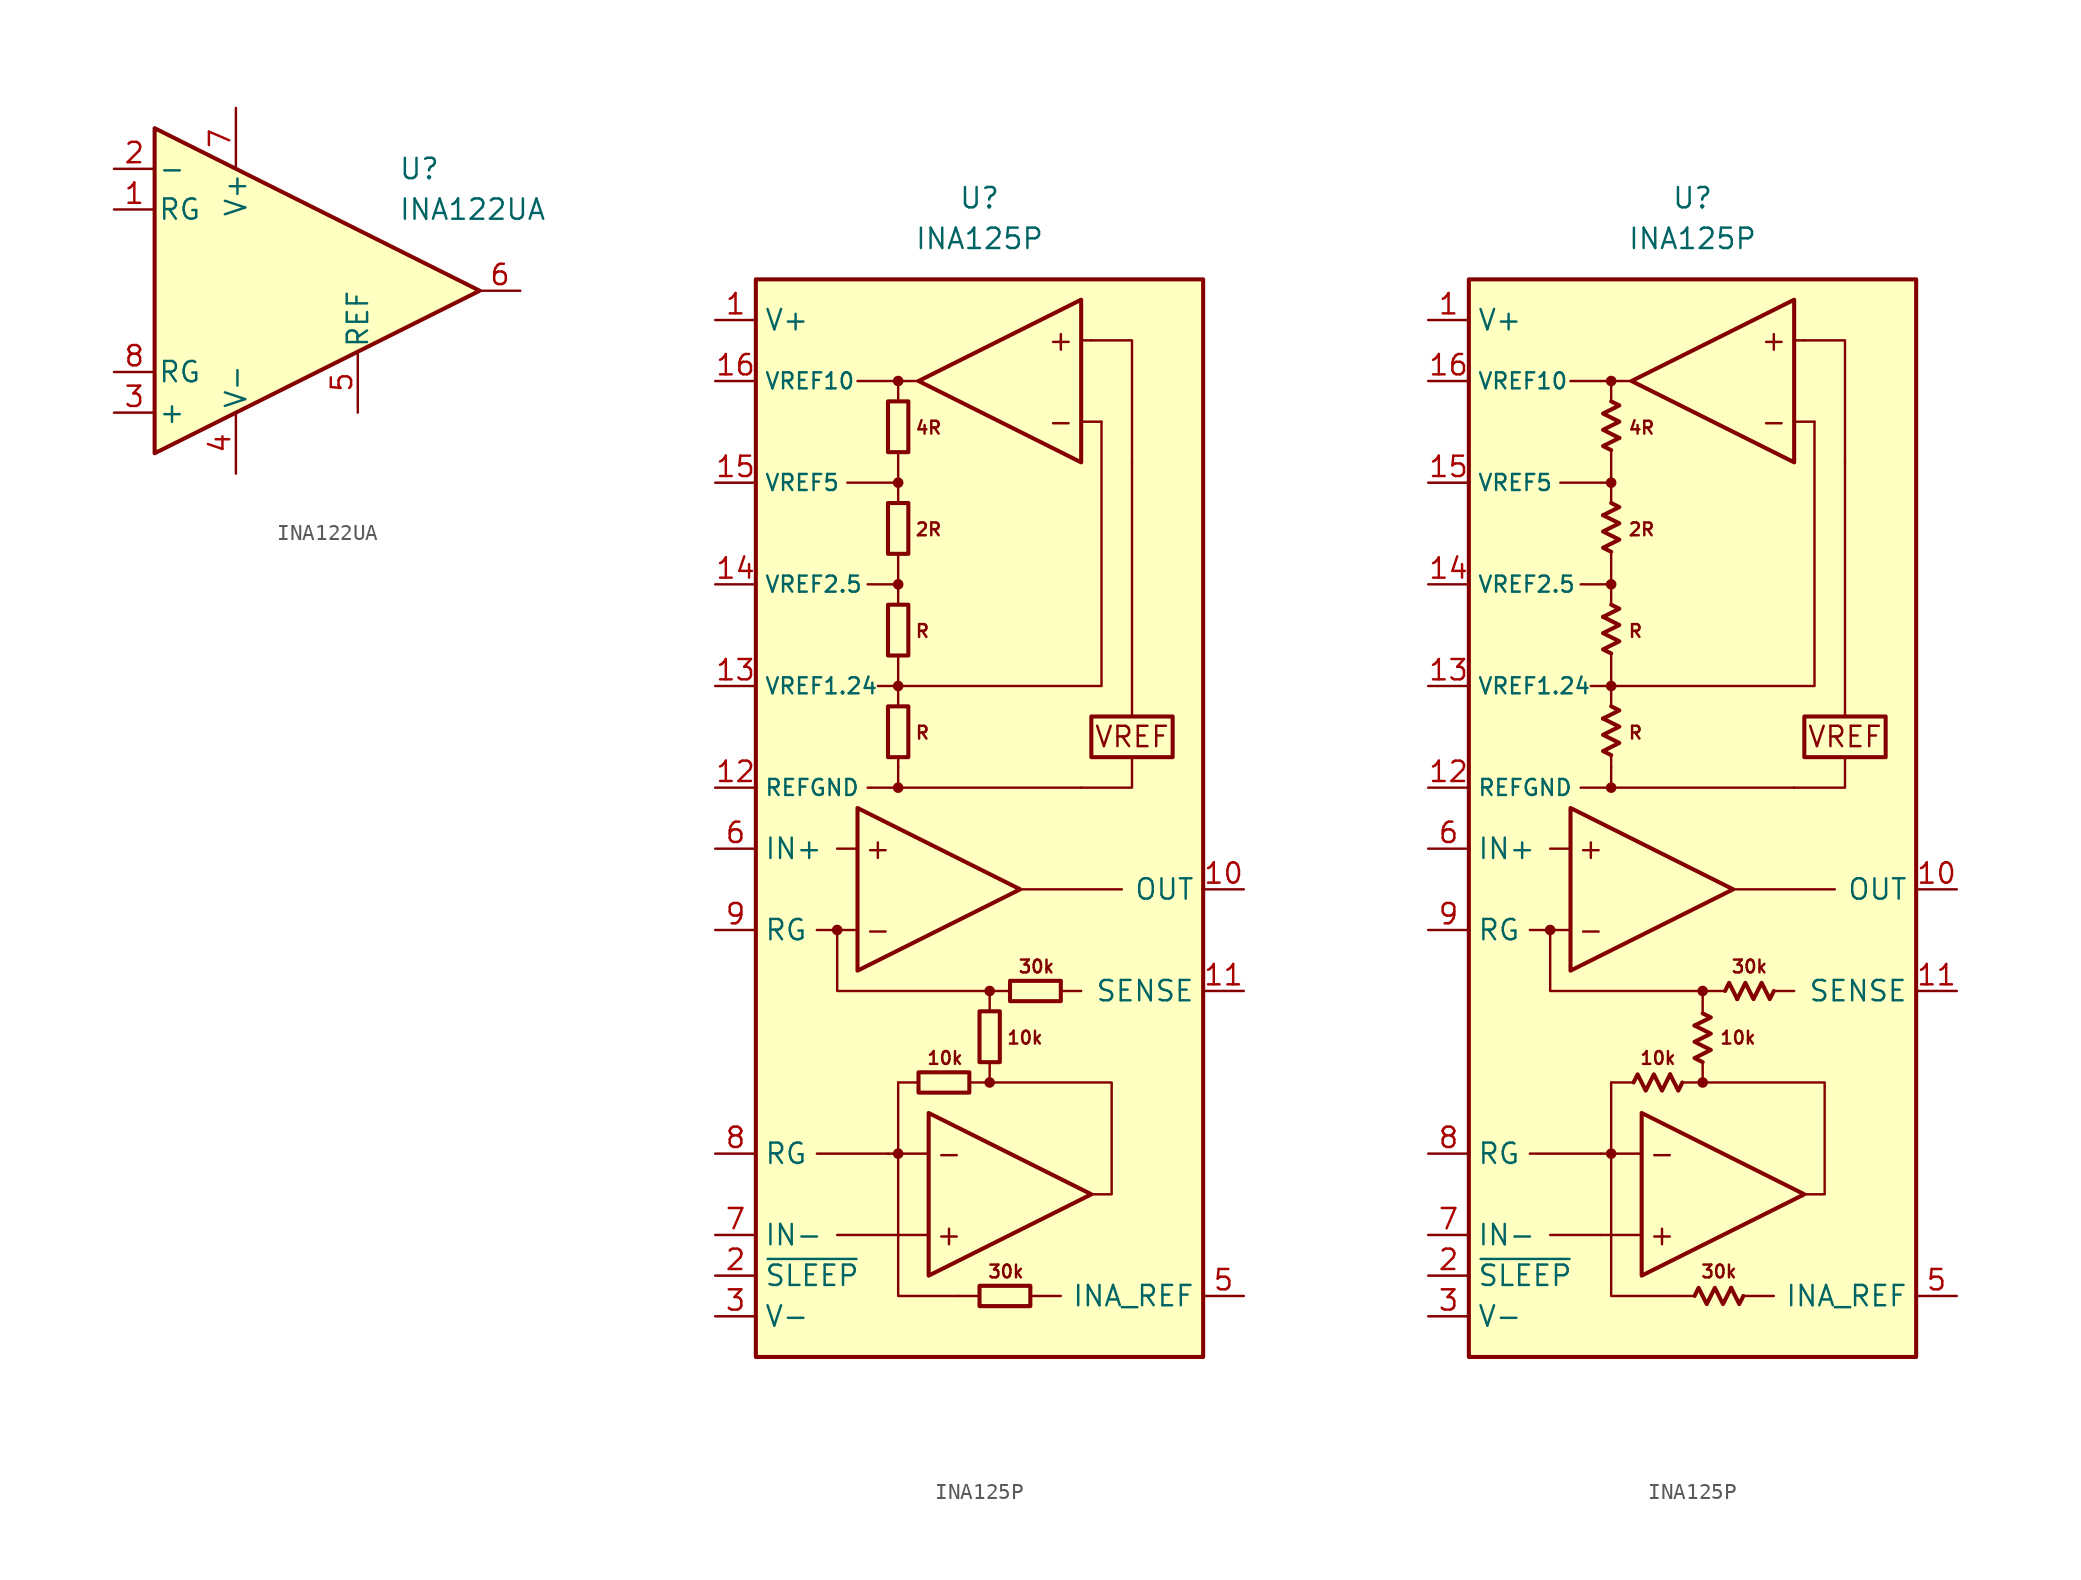
<source format=kicad_sym>
(kicad_symbol_lib
  (version 20231120)
  (generator "kicad_symbol_editor")
  (generator_version "8.0")
  (symbol "INA122UA"
    (pin_names
      (offset 0.2))
    (property "Reference" "U"
      (at 6.35 7.62 0)
      (effects (font (size 1.27 1.27)) (justify left)))
    (property "Value" "INA122UA"
      (at 6.35 5.08 0)
      (effects (font (size 1.27 1.27)) (justify left)))
    (symbol "INA122UA_0_1"
      (polyline (pts (xy -8.89 10.16) (xy -8.89 -10.16) (xy 11.43 0) (xy -8.89 10.16)) (stroke (width 0.254) (type default)) (fill (type background))))
    (symbol "INA122UA_1_1"
      (pin passive line (at -11.43 5.08 0) (length 2.54) (name "RG" (effects (font (size 1.27 1.27)))) (number "1" (effects (font (size 1.27 1.27)))))
      (pin input line (at -11.43 7.62 0) (length 2.54) (name "-" (effects (font (size 1.27 1.27)))) (number "2" (effects (font (size 1.27 1.27)))))
      (pin input line (at -11.43 -7.62 0) (length 2.54) (name "+" (effects (font (size 1.27 1.27)))) (number "3" (effects (font (size 1.27 1.27)))))
      (pin power_in line (at -3.81 -11.43 90) (length 3.81) (name "V-" (effects (font (size 1.27 1.27)))) (number "4" (effects (font (size 1.27 1.27)))))
      (pin input line (at 3.81 -7.62 90) (length 3.81) (name "REF" (effects (font (size 1.27 1.27)))) (number "5" (effects (font (size 1.27 1.27)))))
      (pin output line (at 13.97 0 180) (length 2.54) (name "~" (effects (font (size 1.27 1.27)))) (number "6" (effects (font (size 1.27 1.27)))))
      (pin power_in line (at -3.81 11.43 270) (length 3.81) (name "V+" (effects (font (size 1.27 1.27)))) (number "7" (effects (font (size 1.27 1.27)))))
      (pin passive line (at -11.43 -5.08 0) (length 2.54) (name "RG" (effects (font (size 1.27 1.27)))) (number "8" (effects (font (size 1.27 1.27)))))))
  (symbol "INA125P"
    (property "Reference" "U"
      (at 0 36.83 0)
      (effects (font (size 1.27 1.27))))
    (property "Value" "INA125P"
      (at 0 34.29 0)
      (effects (font (size 1.27 1.27))))
    (symbol "INA125P_0_0"
      (circle (center -8.89 -8.89) (radius 0.254) (stroke (width 0.152) (type default)) (fill (type outline)))
      (circle (center -5.08 -22.86) (radius 0.254) (stroke (width 0.152) (type default)) (fill (type outline)))
      (circle (center -5.08 0) (radius 0.254) (stroke (width 0.152) (type default)) (fill (type outline)))
      (circle (center -5.08 6.35) (radius 0.254) (stroke (width 0.152) (type default)) (fill (type outline)))
      (circle (center -5.08 12.7) (radius 0.254) (stroke (width 0.152) (type default)) (fill (type outline)))
      (circle (center -5.08 19.05) (radius 0.254) (stroke (width 0.152) (type default)) (fill (type outline)))
      (circle (center -5.08 25.4) (radius 0.254) (stroke (width 0.152) (type default)) (fill (type outline)))
      (polyline (pts (xy -5.08 0) (xy 6.35 0)) (stroke (width 0.152) (type default)) (fill (type none)))
      (polyline (pts (xy -5.08 1.27) (xy -5.08 0)) (stroke (width 0.152) (type default)) (fill (type none)))
      (polyline (pts (xy -5.08 1.905) (xy -5.08 1.27)) (stroke (width 0.152) (type default)) (fill (type none)))
      (polyline (pts (xy -5.08 6.35) (xy -5.08 5.08)) (stroke (width 0.152) (type default)) (fill (type none)))
      (polyline (pts (xy -5.08 8.255) (xy -5.08 6.35)) (stroke (width 0.152) (type default)) (fill (type none)))
      (polyline (pts (xy -5.08 12.7) (xy -5.08 11.43)) (stroke (width 0.152) (type default)) (fill (type none)))
      (polyline (pts (xy -5.08 14.605) (xy -5.08 12.7)) (stroke (width 0.152) (type default)) (fill (type none)))
      (polyline (pts (xy -5.08 19.05) (xy -5.08 17.78)) (stroke (width 0.152) (type default)) (fill (type none)))
      (polyline (pts (xy -5.08 20.955) (xy -5.08 19.05)) (stroke (width 0.152) (type default)) (fill (type none)))
      (polyline (pts (xy -3.81 -18.415) (xy -5.08 -18.415)) (stroke (width 0.152) (type default)) (fill (type none)))
      (polyline (pts (xy -3.175 -27.94) (xy -5.715 -27.94)) (stroke (width 0.152) (type default)) (fill (type none)))
      (polyline (pts (xy -3.175 -22.86) (xy -5.715 -22.86)) (stroke (width 0.152) (type default)) (fill (type none)))
      (polyline (pts (xy 0 -31.75) (xy -1.27 -31.75)) (stroke (width 0.152) (type default)) (fill (type none)))
      (polyline (pts (xy 1.905 -12.7) (xy 0.635 -12.7)) (stroke (width 0.152) (type default)) (fill (type none)))
      (polyline (pts (xy 6.35 22.86) (xy 7.62 22.86)) (stroke (width 0.152) (type default)) (fill (type none)))
      (polyline (pts (xy 6.35 27.94) (xy 6.985 27.94)) (stroke (width 0.152) (type default)) (fill (type none)))
      (polyline (pts (xy 9.525 4.445) (xy 9.525 20.32)) (stroke (width 0.152) (type default)) (fill (type none)))
      (polyline (pts (xy 9.525 1.905) (xy 9.525 0) (xy 6.35 0)) (stroke (width 0.152) (type default)) (fill (type none)))
      (circle (center 0.635 -18.415) (radius 0.254) (stroke (width 0.152) (type default)) (fill (type outline)))
      (circle (center 0.635 -12.7) (radius 0.254) (stroke (width 0.152) (type default)) (fill (type outline)))
      (rectangle (start 6.985 4.445) (end 12.065 1.905) (stroke (width 0.254) (type default)) (fill (type none)))
      (text "+" (at -6.35 -3.81 0) (effects (font (size 1.27 1.27))))
      (text "+" (at -1.905 -27.94 0) (effects (font (size 1.27 1.27))))
      (text "+" (at 5.08 27.94 0) (effects (font (size 1.27 1.27))))
      (text "-" (at -6.35 -8.89 0) (effects (font (size 1.27 1.27))))
      (text "-" (at -1.905 -22.86 0) (effects (font (size 1.27 1.27))))
      (text "-" (at 5.08 22.86 0) (effects (font (size 1.27 1.27))))
      (text "10k" (at -2.159 -16.891 0) (effects (font (size 0.8 0.8))))
      (text "10k" (at 1.651 -15.621 0) (effects (font (size 0.8 0.8)) (justify left)))
      (text "2R" (at -4.064 16.129 0) (effects (font (size 0.8 0.8)) (justify left)))
      (text "30k" (at 1.651 -30.226 0) (effects (font (size 0.8 0.8))))
      (text "30k" (at 3.556 -11.176 0) (effects (font (size 0.8 0.8))))
      (text "4R" (at -4.064 22.479 0) (effects (font (size 0.8 0.8)) (justify left)))
      (text "R" (at -4.064 3.429 0) (effects (font (size 0.8 0.8)) (justify left)))
      (text "R" (at -4.064 9.779 0) (effects (font (size 0.8 0.8)) (justify left)))
      (text "VREF" (at 9.525 3.175 0) (effects (font (size 1.27 1.27)))))
    (symbol "INA125P_0_1"
      (rectangle (start -5.715 1.905) (end -4.445 5.08) (stroke (width 0.254) (type default)) (fill (type none)))
      (rectangle (start -5.715 8.255) (end -4.445 11.43) (stroke (width 0.254) (type default)) (fill (type none)))
      (rectangle (start -5.715 14.605) (end -4.445 17.78) (stroke (width 0.254) (type default)) (fill (type none)))
      (rectangle (start -5.715 20.955) (end -4.445 24.13) (stroke (width 0.254) (type default)) (fill (type none)))
      (rectangle (start -3.81 -17.78) (end -0.635 -19.05) (stroke (width 0.254) (type default)) (fill (type none)))
      (rectangle (start 0 -31.115) (end 3.175 -32.385) (stroke (width 0.254) (type default)) (fill (type none)))
      (rectangle (start 0 -17.145) (end 1.27 -13.97) (stroke (width 0.254) (type default)) (fill (type none)))
      (rectangle (start 1.905 -12.065) (end 5.08 -13.335) (stroke (width 0.254) (type default)) (fill (type none))))
    (symbol "INA125P_0_2"
      (polyline (pts (xy -5.588 4.318) (xy -4.572 4.826) (xy -5.08 5.08)) (stroke (width 0.254) (type default)) (fill (type none)))
      (polyline (pts (xy -5.588 10.668) (xy -4.572 11.176) (xy -5.08 11.43)) (stroke (width 0.254) (type default)) (fill (type none)))
      (polyline (pts (xy -5.588 17.018) (xy -4.572 17.526) (xy -5.08 17.78)) (stroke (width 0.254) (type default)) (fill (type none)))
      (polyline (pts (xy -4.572 21.844) (xy -5.588 21.336) (xy -5.08 21.082)) (stroke (width 0.254) (type default)) (fill (type none)))
      (polyline (pts (xy -1.397 -17.907) (xy -0.889 -18.923) (xy -0.635 -18.415)) (stroke (width 0.254) (type default)) (fill (type none)))
      (polyline (pts (xy 0.127 -14.859) (xy 1.143 -14.351) (xy 0.635 -14.097)) (stroke (width 0.254) (type default)) (fill (type none)))
      (polyline (pts (xy 2.413 -31.242) (xy 2.921 -32.258) (xy 3.175 -31.75)) (stroke (width 0.254) (type default)) (fill (type none)))
      (polyline (pts (xy 2.794 -13.208) (xy 2.286 -12.192) (xy 2.032 -12.7)) (stroke (width 0.254) (type default)) (fill (type none)))
      (polyline (pts (xy -5.08 2.032) (xy -5.588 2.286) (xy -4.572 2.794) (xy -5.588 3.302) (xy -4.572 3.81) (xy -5.588 4.318)) (stroke (width 0.254) (type default)) (fill (type none)))
      (polyline (pts (xy -5.08 8.382) (xy -5.588 8.636) (xy -4.572 9.144) (xy -5.588 9.652) (xy -4.572 10.16) (xy -5.588 10.668)) (stroke (width 0.254) (type default)) (fill (type none)))
      (polyline (pts (xy -5.08 14.732) (xy -5.588 14.986) (xy -4.572 15.494) (xy -5.588 16.002) (xy -4.572 16.51) (xy -5.588 17.018)) (stroke (width 0.254) (type default)) (fill (type none)))
      (polyline (pts (xy -5.08 24.13) (xy -4.572 23.876) (xy -5.588 23.368) (xy -4.572 22.86) (xy -5.588 22.352) (xy -4.572 21.844)) (stroke (width 0.254) (type default)) (fill (type none)))
      (polyline (pts (xy -3.683 -18.415) (xy -3.429 -17.907) (xy -2.921 -18.923) (xy -2.413 -17.907) (xy -1.905 -18.923) (xy -1.397 -17.907)) (stroke (width 0.254) (type default)) (fill (type none)))
      (polyline (pts (xy 0.127 -31.75) (xy 0.381 -31.242) (xy 0.889 -32.258) (xy 1.397 -31.242) (xy 1.905 -32.258) (xy 2.413 -31.242)) (stroke (width 0.254) (type default)) (fill (type none)))
      (polyline (pts (xy 0.635 -17.145) (xy 0.127 -16.891) (xy 1.143 -16.383) (xy 0.127 -15.875) (xy 1.143 -15.367) (xy 0.127 -14.859)) (stroke (width 0.254) (type default)) (fill (type none)))
      (polyline (pts (xy 5.08 -12.7) (xy 4.826 -13.208) (xy 4.318 -12.192) (xy 3.81 -13.208) (xy 3.302 -12.192) (xy 2.794 -13.208)) (stroke (width 0.254) (type default)) (fill (type none))))
    (symbol "INA125P_1_0"
      (rectangle (start -13.97 31.75) (end 13.97 -35.56) (stroke (width 0.254) (type default)) (fill (type background)))
      (polyline (pts (xy -8.89 -27.94) (xy -5.715 -27.94)) (stroke (width 0.152) (type default)) (fill (type none)))
      (polyline (pts (xy -7.62 -8.89) (xy -10.16 -8.89)) (stroke (width 0.152) (type default)) (fill (type none)))
      (polyline (pts (xy -7.62 -3.81) (xy -8.89 -3.81)) (stroke (width 0.152) (type default)) (fill (type none)))
      (polyline (pts (xy -5.715 -22.86) (xy -10.16 -22.86)) (stroke (width 0.152) (type default)) (fill (type none)))
      (polyline (pts (xy -5.08 -18.415) (xy -5.08 -22.86)) (stroke (width 0.152) (type default)) (fill (type none)))
      (polyline (pts (xy -5.08 0) (xy -6.985 0)) (stroke (width 0.152) (type default)) (fill (type none)))
      (polyline (pts (xy -5.08 6.35) (xy -6.35 6.35)) (stroke (width 0.152) (type default)) (fill (type none)))
      (polyline (pts (xy -5.08 12.7) (xy -6.985 12.7)) (stroke (width 0.152) (type default)) (fill (type none)))
      (polyline (pts (xy -5.08 19.05) (xy -8.255 19.05)) (stroke (width 0.152) (type default)) (fill (type none)))
      (polyline (pts (xy -5.08 25.4) (xy -7.62 25.4)) (stroke (width 0.152) (type default)) (fill (type none)))
      (polyline (pts (xy 0.635 -13.97) (xy 0.635 -12.7)) (stroke (width 0.152) (type default)) (fill (type none)))
      (polyline (pts (xy 2.54 -6.35) (xy 8.89 -6.35)) (stroke (width 0.152) (type default)) (fill (type none)))
      (polyline (pts (xy 3.175 -31.75) (xy 5.08 -31.75)) (stroke (width 0.152) (type default)) (fill (type none)))
      (polyline (pts (xy 5.08 -12.7) (xy 6.35 -12.7)) (stroke (width 0.152) (type default)) (fill (type none)))
      (polyline (pts (xy -8.89 -8.89) (xy -8.89 -12.7) (xy 0.635 -12.7)) (stroke (width 0.152) (type default)) (fill (type none)))
      (polyline (pts (xy -5.08 -22.86) (xy -5.08 -31.75) (xy -1.27 -31.75)) (stroke (width 0.152) (type default)) (fill (type none)))
      (polyline (pts (xy -5.08 24.13) (xy -5.08 25.4) (xy -3.81 25.4)) (stroke (width 0.152) (type default)) (fill (type none)))
      (polyline (pts (xy 0.635 -17.145) (xy 0.635 -18.415) (xy -0.635 -18.415)) (stroke (width 0.152) (type default)) (fill (type none)))
      (polyline (pts (xy 6.985 27.94) (xy 9.525 27.94) (xy 9.525 20.32)) (stroke (width 0.152) (type default)) (fill (type none)))
      (polyline (pts (xy 7.62 22.86) (xy 7.62 6.35) (xy -5.08 6.35)) (stroke (width 0.152) (type default)) (fill (type none)))
      (polyline (pts (xy -7.62 -1.27) (xy -7.62 -11.43) (xy 2.54 -6.35) (xy -7.62 -1.27)) (stroke (width 0.254) (type default)) (fill (type none)))
      (polyline (pts (xy -3.175 -20.32) (xy -3.175 -30.48) (xy 6.985 -25.4) (xy -3.175 -20.32)) (stroke (width 0.254) (type default)) (fill (type none)))
      (polyline (pts (xy 0.635 -18.415) (xy 8.255 -18.415) (xy 8.255 -25.4) (xy 6.985 -25.4)) (stroke (width 0.152) (type default)) (fill (type none)))
      (polyline (pts (xy 6.35 20.32) (xy 6.35 30.48) (xy -3.81 25.4) (xy 6.35 20.32)) (stroke (width 0.254) (type default)) (fill (type none))))
    (symbol "INA125P_1_1"
      (pin power_in line (at -16.51 29.21 0) (length 2.54) (name "V+" (effects (font (size 1.27 1.27)))) (number "1" (effects (font (size 1.27 1.27)))))
      (pin output line (at 16.51 -6.35 180) (length 2.54) (name "OUT" (effects (font (size 1.27 1.27)))) (number "10" (effects (font (size 1.27 1.27)))))
      (pin input line (at 16.51 -12.7 180) (length 2.54) (name "SENSE" (effects (font (size 1.27 1.27)))) (number "11" (effects (font (size 1.27 1.27)))))
      (pin power_in line (at -16.51 0 0) (length 2.54) (name "REFGND" (effects (font (size 1 1)))) (number "12" (effects (font (size 1.27 1.27)))))
      (pin passive line (at -16.51 6.35 0) (length 2.54) (name "VREF1.24" (effects (font (size 1 1)))) (number "13" (effects (font (size 1.27 1.27)))))
      (pin passive line (at -16.51 12.7 0) (length 2.54) (name "VREF2.5" (effects (font (size 1 1)))) (number "14" (effects (font (size 1.27 1.27)))))
      (pin passive line (at -16.51 19.05 0) (length 2.54) (name "VREF5" (effects (font (size 1 1)))) (number "15" (effects (font (size 1.27 1.27)))))
      (pin passive line (at -16.51 25.4 0) (length 2.54) (name "VREF10" (effects (font (size 1 1)))) (number "16" (effects (font (size 1.27 1.27)))))
      (pin input line (at -16.51 -30.48 0) (length 2.54) (name "~{SLEEP}" (effects (font (size 1.27 1.27)))) (number "2" (effects (font (size 1.27 1.27)))))
      (pin power_in line (at -16.51 -33.02 0) (length 2.54) (name "V-" (effects (font (size 1.27 1.27)))) (number "3" (effects (font (size 1.27 1.27)))))
      (pin input line (at 16.51 -31.75 180) (length 2.54) (name "INA_REF" (effects (font (size 1.27 1.27)))) (number "5" (effects (font (size 1.27 1.27)))))
      (pin input line (at -16.51 -3.81 0) (length 2.54) (name "IN+" (effects (font (size 1.27 1.27)))) (number "6" (effects (font (size 1.27 1.27)))))
      (pin input line (at -16.51 -27.94 0) (length 2.54) (name "IN-" (effects (font (size 1.27 1.27)))) (number "7" (effects (font (size 1.27 1.27)))))
      (pin passive line (at -16.51 -22.86 0) (length 2.54) (name "RG" (effects (font (size 1.27 1.27)))) (number "8" (effects (font (size 1.27 1.27)))))
      (pin passive line (at -16.51 -8.89 0) (length 2.54) (name "RG" (effects (font (size 1.27 1.27)))) (number "9" (effects (font (size 1.27 1.27))))))
    (symbol "INA125P_1_2"
      (pin power_in line (at -16.51 29.21 0) (length 2.54) (name "V+" (effects (font (size 1.27 1.27)))) (number "1" (effects (font (size 1.27 1.27)))))
      (pin output line (at 16.51 -6.35 180) (length 2.54) (name "OUT" (effects (font (size 1.27 1.27)))) (number "10" (effects (font (size 1.27 1.27)))))
      (pin input line (at 16.51 -12.7 180) (length 2.54) (name "SENSE" (effects (font (size 1.27 1.27)))) (number "11" (effects (font (size 1.27 1.27)))))
      (pin power_in line (at -16.51 0 0) (length 2.54) (name "REFGND" (effects (font (size 1 1)))) (number "12" (effects (font (size 1.27 1.27)))))
      (pin passive line (at -16.51 6.35 0) (length 2.54) (name "VREF1.24" (effects (font (size 1 1)))) (number "13" (effects (font (size 1.27 1.27)))))
      (pin passive line (at -16.51 12.7 0) (length 2.54) (name "VREF2.5" (effects (font (size 1 1)))) (number "14" (effects (font (size 1.27 1.27)))))
      (pin passive line (at -16.51 19.05 0) (length 2.54) (name "VREF5" (effects (font (size 1 1)))) (number "15" (effects (font (size 1.27 1.27)))))
      (pin passive line (at -16.51 25.4 0) (length 2.54) (name "VREF10" (effects (font (size 1 1)))) (number "16" (effects (font (size 1.27 1.27)))))
      (pin input line (at -16.51 -30.48 0) (length 2.54) (name "~{SLEEP}" (effects (font (size 1.27 1.27)))) (number "2" (effects (font (size 1.27 1.27)))))
      (pin power_in line (at -16.51 -33.02 0) (length 2.54) (name "V-" (effects (font (size 1.27 1.27)))) (number "3" (effects (font (size 1.27 1.27)))))
      (pin input line (at 16.51 -31.75 180) (length 2.54) (name "INA_REF" (effects (font (size 1.27 1.27)))) (number "5" (effects (font (size 1.27 1.27)))))
      (pin input line (at -16.51 -3.81 0) (length 2.54) (name "IN+" (effects (font (size 1.27 1.27)))) (number "6" (effects (font (size 1.27 1.27)))))
      (pin input line (at -16.51 -27.94 0) (length 2.54) (name "IN-" (effects (font (size 1.27 1.27)))) (number "7" (effects (font (size 1.27 1.27)))))
      (pin passive line (at -16.51 -22.86 0) (length 2.54) (name "RG" (effects (font (size 1.27 1.27)))) (number "8" (effects (font (size 1.27 1.27)))))
      (pin passive line (at -16.51 -8.89 0) (length 2.54) (name "RG" (effects (font (size 1.27 1.27)))) (number "9" (effects (font (size 1.27 1.27))))))))
</source>
